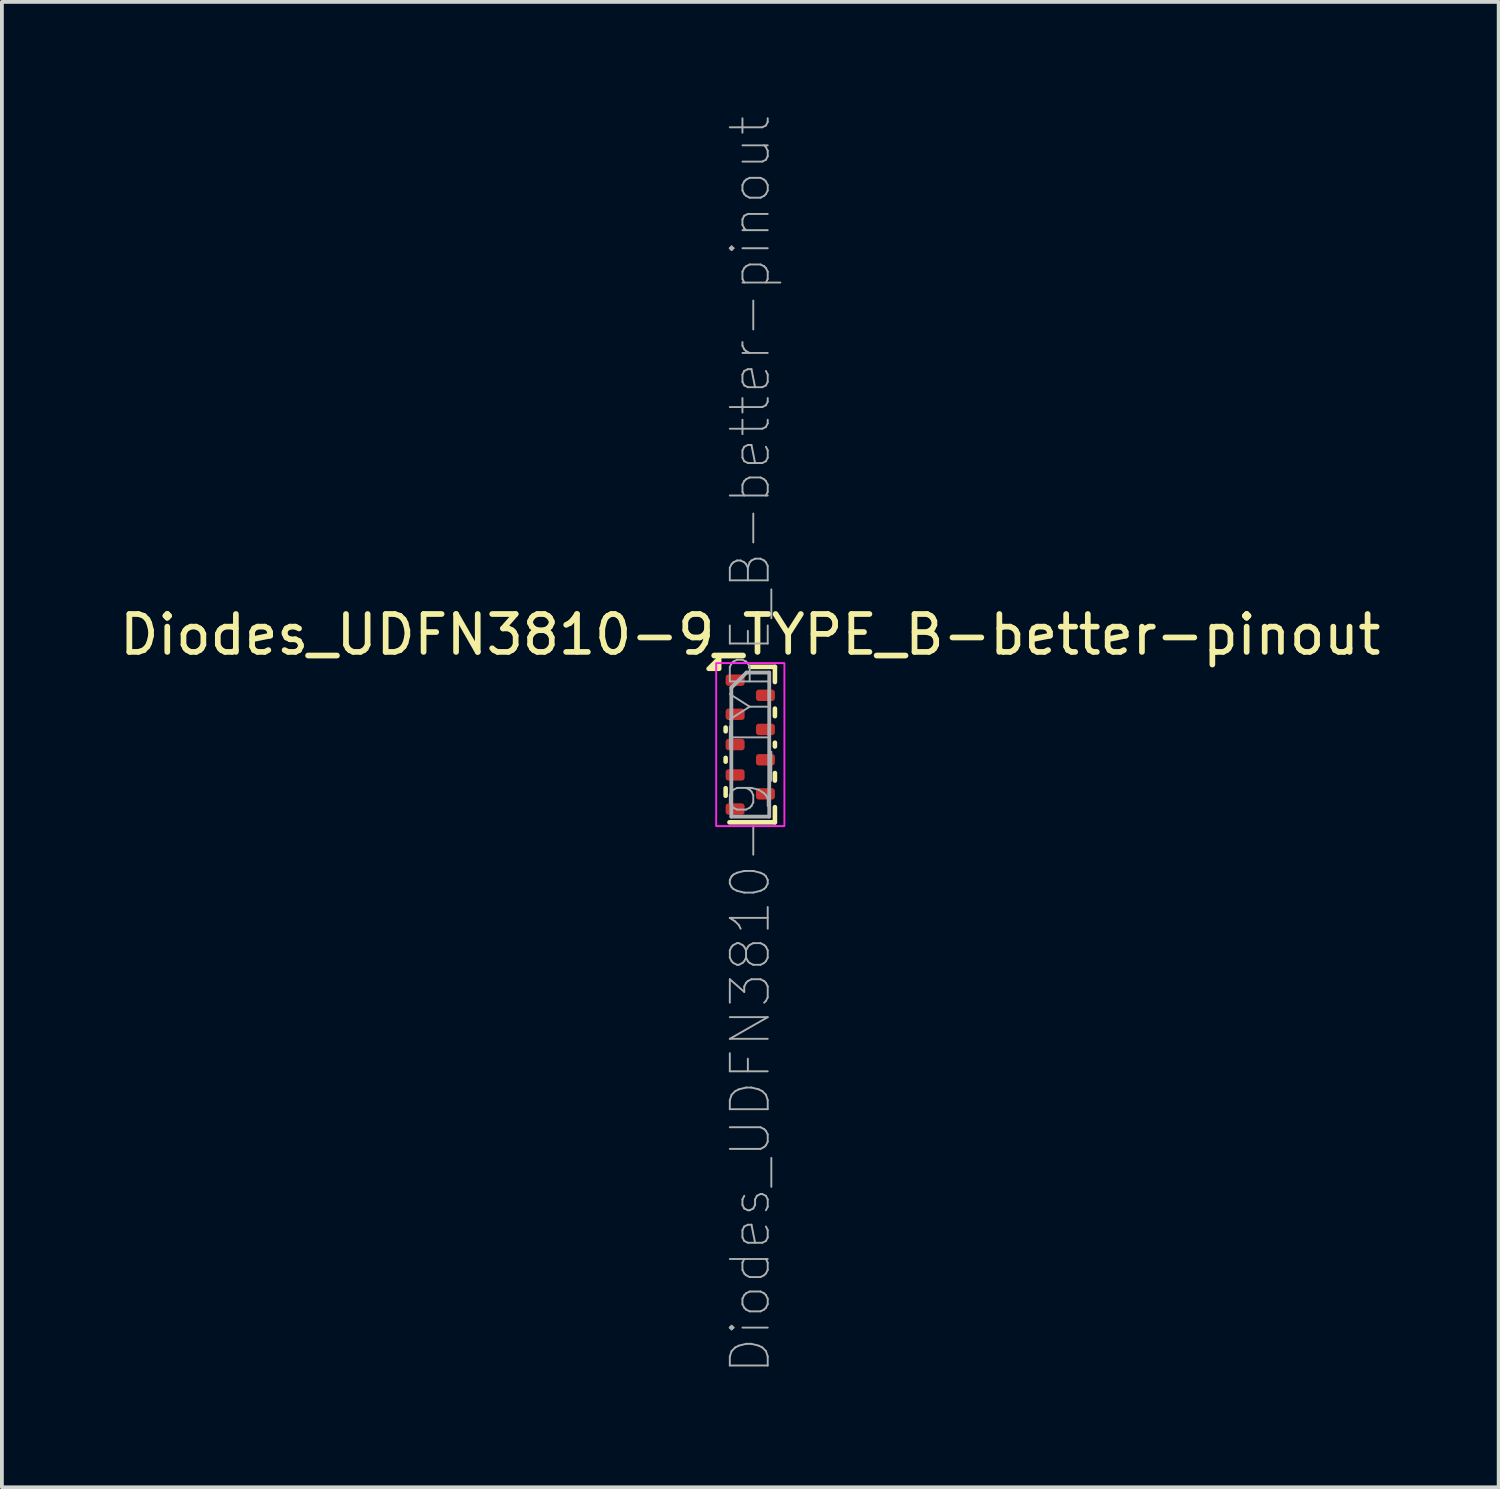
<source format=kicad_pcb>
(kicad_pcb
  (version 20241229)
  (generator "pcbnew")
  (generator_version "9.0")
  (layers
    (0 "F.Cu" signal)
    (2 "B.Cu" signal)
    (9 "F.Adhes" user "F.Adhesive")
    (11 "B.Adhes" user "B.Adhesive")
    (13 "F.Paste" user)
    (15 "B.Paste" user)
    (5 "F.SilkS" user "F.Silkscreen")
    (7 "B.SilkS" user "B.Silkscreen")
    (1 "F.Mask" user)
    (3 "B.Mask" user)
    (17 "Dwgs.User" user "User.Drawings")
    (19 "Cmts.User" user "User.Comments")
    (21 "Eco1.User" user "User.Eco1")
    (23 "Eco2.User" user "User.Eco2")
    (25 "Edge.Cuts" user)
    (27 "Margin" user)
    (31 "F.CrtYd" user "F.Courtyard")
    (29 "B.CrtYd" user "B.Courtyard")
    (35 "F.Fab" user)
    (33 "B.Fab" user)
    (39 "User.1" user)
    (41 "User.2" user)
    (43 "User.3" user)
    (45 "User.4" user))
  (footprint "Diodes_UDFN3810-9_TYPE_B-better-pinout"
    (layer "F.Cu")
    (at 16.744 16.594)
    (property "Reference" "Diodes_UDFN3810-9_TYPE_B-better-pinout" (at 0 -2.9 0) (layer "F.SilkS") (effects (font (size 1 1) (thickness 0.15))))
    (attr smd)
    (fp_line (start -0.65 -0.45) (end -0.65 -0.35) (stroke (width 0.12) (type solid)) (layer "F.SilkS"))
    (fp_line (start -0.65 0.35) (end -0.65 0.45) (stroke (width 0.12) (type solid)) (layer "F.SilkS"))
    (fp_line (start -0.65 1.15) (end -0.65 1.35) (stroke (width 0.12) (type solid)) (layer "F.SilkS"))
    (fp_line (start 0.65 -2.05) (end 0 -2.05) (stroke (width 0.12) (type solid)) (layer "F.SilkS"))
    (fp_line (start 0.65 -1.65) (end 0.65 -2.05) (stroke (width 0.12) (type solid)) (layer "F.SilkS"))
    (fp_line (start 0.65 -0.95) (end 0.65 -0.75) (stroke (width 0.12) (type solid)) (layer "F.SilkS"))
    (fp_line (start 0.65 -0.05) (end 0.65 0.05) (stroke (width 0.12) (type solid)) (layer "F.SilkS"))
    (fp_line (start 0.65 0.75) (end 0.65 0.95) (stroke (width 0.12) (type solid)) (layer "F.SilkS"))
    (fp_line (start 0.65 1.65) (end 0.65 2.05) (stroke (width 0.12) (type solid)) (layer "F.SilkS"))
    (fp_line (start 0.65 2.05) (end -0.55 2.05) (stroke (width 0.12) (type solid)) (layer "F.SilkS"))
    (fp_poly (pts (xy -0.82 -2) (xy -1.1 -2) (xy -0.82 -2.28) (xy -0.82 -2)) (stroke (width 0.12) (type solid)) (fill yes) (layer "F.SilkS"))
    (fp_rect (start -0.9 -2.15) (end 0.9 2.15) (stroke (width 0.05) (type default)) (fill no) (layer "F.CrtYd"))
    (fp_line (start -0.5 -1.5) (end -0.5 1.9) (stroke (width 0.1) (type solid)) (layer "F.Fab"))
    (fp_line (start -0.5 1.9) (end 0.5 1.9) (stroke (width 0.1) (type solid)) (layer "F.Fab"))
    (fp_line (start -0.1 -1.9) (end -0.5 -1.5) (stroke (width 0.1) (type solid)) (layer "F.Fab"))
    (fp_line (start 0.5 -1.9) (end -0.1 -1.9) (stroke (width 0.1) (type solid)) (layer "F.Fab"))
    (fp_line (start 0.5 1.9) (end 0.5 -1.9) (stroke (width 0.1) (type solid)) (layer "F.Fab"))
    (fp_text user "${REFERENCE}" (at 0 0 90) (layer "F.Fab") (effects (font (size 1 1) (thickness 0.05))))
    (pad "1" smd roundrect (at -0.4 -1.7) (size 0.5 0.3) (layers "F.Cu" "F.Mask" "F.Paste") (roundrect_rratio 0.25))
    (pad "2" smd roundrect (at 0.4 -1.3) (size 0.5 0.3) (layers "F.Cu" "F.Mask" "F.Paste") (roundrect_rratio 0.25))
    (pad "3" smd roundrect (at -0.4 0) (size 0.5 0.3) (layers "F.Cu" "F.Mask" "F.Paste") (roundrect_rratio 0.25))
    (pad "4" smd roundrect (at -0.4 -0.8) (size 0.5 0.3) (layers "F.Cu" "F.Mask" "F.Paste") (roundrect_rratio 0.25))
    (pad "5" smd roundrect (at 0.4 -0.4) (size 0.5 0.3) (layers "F.Cu" "F.Mask" "F.Paste") (roundrect_rratio 0.25))
    (pad "6" smd roundrect (at 0.4 0.4) (size 0.5 0.3) (layers "F.Cu" "F.Mask" "F.Paste") (roundrect_rratio 0.25))
    (pad "7" smd roundrect (at -0.4 0.8) (size 0.5 0.3) (layers "F.Cu" "F.Mask" "F.Paste") (roundrect_rratio 0.25))
    (pad "8" smd roundrect (at 0.4 1.3) (size 0.5 0.3) (layers "F.Cu" "F.Mask" "F.Paste") (roundrect_rratio 0.25))
    (pad "9" smd roundrect (at -0.4 1.7) (size 0.5 0.3) (layers "F.Cu" "F.Mask" "F.Paste") (roundrect_rratio 0.25)))
  (gr_rect
    (start -3 -3)
    (end 36.488 36.188)
    (stroke (width 0.1) (type default))
    (fill no)
    (layer "Edge.Cuts")))
</source>
